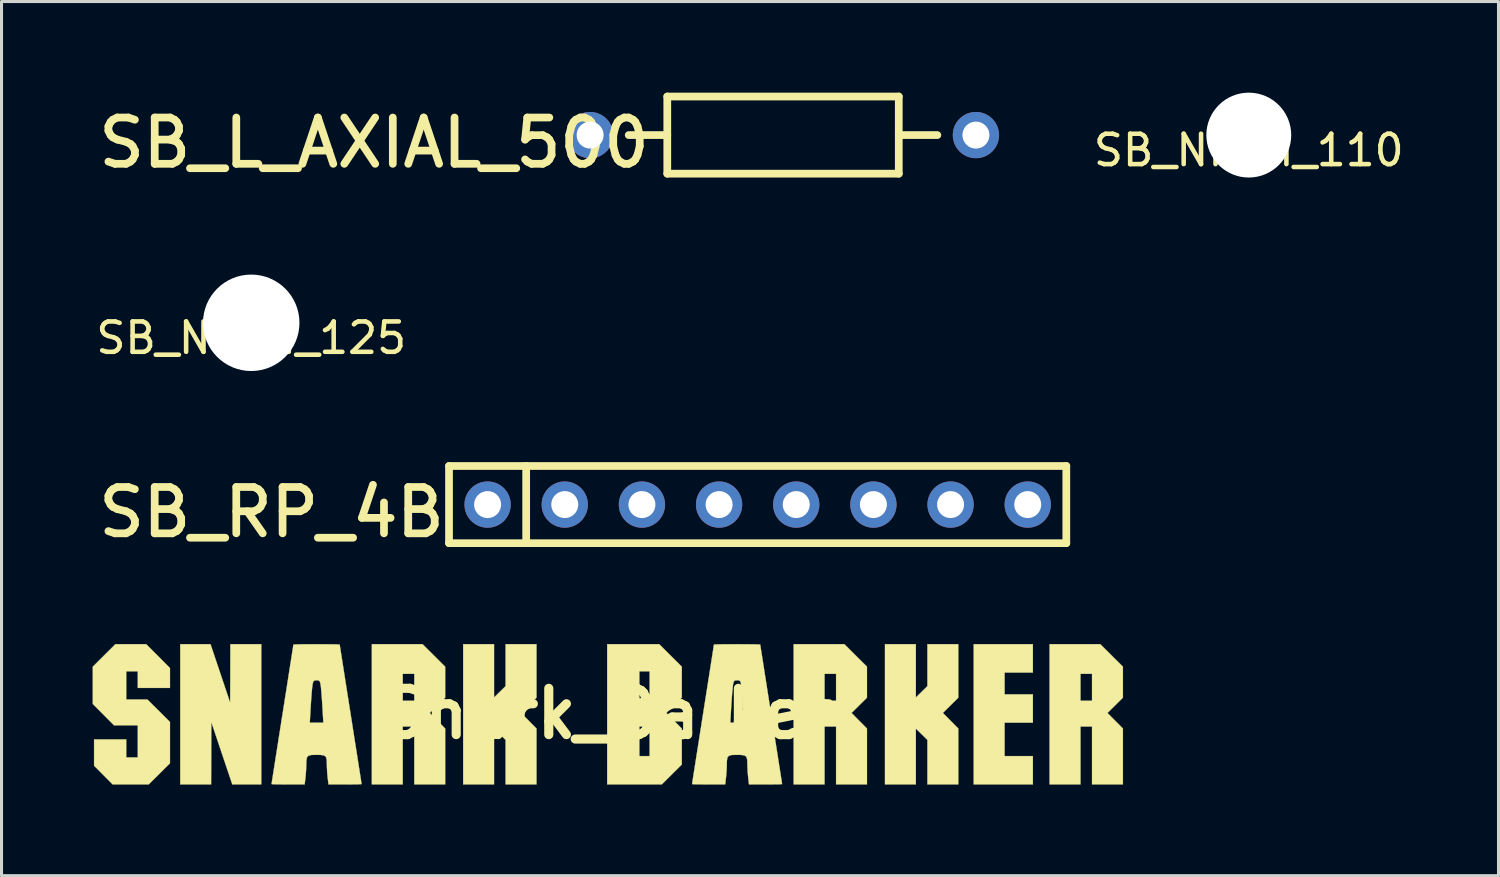
<source format=kicad_pcb>
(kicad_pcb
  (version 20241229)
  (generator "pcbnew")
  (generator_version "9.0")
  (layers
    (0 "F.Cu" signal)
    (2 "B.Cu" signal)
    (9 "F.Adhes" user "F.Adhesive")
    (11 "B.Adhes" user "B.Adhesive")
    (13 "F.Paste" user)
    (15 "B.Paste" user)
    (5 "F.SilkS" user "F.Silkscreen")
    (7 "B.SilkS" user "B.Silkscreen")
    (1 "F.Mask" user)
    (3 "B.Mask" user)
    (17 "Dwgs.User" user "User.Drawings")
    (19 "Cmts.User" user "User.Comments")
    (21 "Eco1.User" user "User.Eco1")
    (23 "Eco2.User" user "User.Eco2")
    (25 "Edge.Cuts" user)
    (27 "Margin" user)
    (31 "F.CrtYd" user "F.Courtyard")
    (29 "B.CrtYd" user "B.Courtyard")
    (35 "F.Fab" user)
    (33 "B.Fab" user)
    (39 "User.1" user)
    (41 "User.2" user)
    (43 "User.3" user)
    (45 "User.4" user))
  (footprint "SB_RP_4B"
    (layer "F.Cu")
    (at 13.001 13.56)
    (property "Reference" "SB_RP_4B" (at -7.112 0.254 0) (layer "F.SilkS") (effects (font (size 1.524 1.524) (thickness 0.254))))
    (attr through_hole)
    (fp_line (start -1.27 -1.27) (end -1.27 1.27) (stroke (width 0.254) (type solid)) (layer "F.SilkS"))
    (fp_line (start -1.27 1.27) (end 19.05 1.27) (stroke (width 0.254) (type solid)) (layer "F.SilkS"))
    (fp_line (start 1.27 -1.27) (end 1.27 1.27) (stroke (width 0.254) (type solid)) (layer "F.SilkS"))
    (fp_line (start 19.05 -1.27) (end -1.27 -1.27) (stroke (width 0.254) (type solid)) (layer "F.SilkS"))
    (fp_line (start 19.05 1.27) (end 19.05 -1.27) (stroke (width 0.254) (type solid)) (layer "F.SilkS"))
    (pad "1" thru_hole circle (at 0 0 270) (size 1.524 1.524) (drill 0.889) (layers "*.Cu" "*.Mask"))
    (pad "2" thru_hole circle (at 2.54 0 270) (size 1.524 1.524) (drill 0.889) (layers "*.Cu" "*.Mask"))
    (pad "3" thru_hole circle (at 5.08 0) (size 1.524 1.524) (drill 0.889) (layers "*.Cu" "*.Mask"))
    (pad "4" thru_hole circle (at 7.62 0) (size 1.524 1.524) (drill 0.889) (layers "*.Cu" "*.Mask"))
    (pad "5" thru_hole circle (at 10.16 0) (size 1.524 1.524) (drill 0.889) (layers "*.Cu" "*.Mask"))
    (pad "6" thru_hole circle (at 12.7 0) (size 1.524 1.524) (drill 0.889) (layers "*.Cu" "*.Mask"))
    (pad "7" thru_hole circle (at 15.24 0) (size 1.524 1.524) (drill 0.889) (layers "*.Cu" "*.Mask"))
    (pad "8" thru_hole circle (at 17.78 0) (size 1.524 1.524) (drill 0.889) (layers "*.Cu" "*.Mask")))
  (footprint "SB_L_AXIAL_500"
    (layer "F.Cu")
    (at 16.376 1.397)
    (property "Reference" "SB_L_AXIAL_500" (at -7.112 0.254 0) (layer "F.SilkS") (effects (font (size 1.524 1.524) (thickness 0.254))))
    (attr through_hole)
    (fp_line (start 2.54 -1.27) (end 10.16 -1.27) (stroke (width 0.254) (type solid)) (layer "F.SilkS"))
    (fp_line (start 2.54 0) (end 1.27 0) (stroke (width 0.254) (type solid)) (layer "F.SilkS"))
    (fp_line (start 2.54 1.27) (end 2.54 -1.27) (stroke (width 0.254) (type solid)) (layer "F.SilkS"))
    (fp_line (start 10.16 0) (end 11.43 0) (stroke (width 0.254) (type solid)) (layer "F.SilkS"))
    (fp_line (start 10.16 1.27) (end 2.54 1.27) (stroke (width 0.254) (type solid)) (layer "F.SilkS"))
    (fp_line (start 10.16 1.27) (end 10.16 -1.27) (stroke (width 0.254) (type solid)) (layer "F.SilkS"))
    (pad "1" thru_hole circle (at 0 0 270) (size 1.524 1.524) (drill 0.889) (layers "*.Cu" "*.Mask"))
    (pad "2" thru_hole circle (at 12.7 0 270) (size 1.524 1.524) (drill 0.889) (layers "*.Cu" "*.Mask")))
  (footprint "Snark_Barker"
    (layer "F.Cu")
    (at 16.938 20.443)
    (property "Reference" "Snark_Barker" (at 0 0 0) (layer "F.SilkS") (effects (font (size 1.524 1.524) (thickness 0.3))))
    (attr through_hole)
    (fp_poly (pts (xy 14.012 -1.355) (xy 13.081 -1.355) (xy 13.081 -0.635) (xy 14.012 -0.635) (xy 14.012 0.296) (xy 13.081 0.296) (xy 13.081 1.397) (xy 14.012 1.397) (xy 14.012 2.328) (xy 12.065 2.328) (xy 12.065 -2.286) (xy 14.012 -2.286) (xy 14.012 -1.355)) (stroke (width 0.01) (type solid)) (fill yes) (layer "F.SilkS"))
    (fp_poly (pts (xy -12.735 -1.323) (xy -12.411 -0.36) (xy -12.407 -1.323) (xy -12.404 -2.286) (xy -11.388 -2.286) (xy -11.388 2.328) (xy -12.341 2.328) (xy -13.032 0.275) (xy -13.035 1.302) (xy -13.039 2.328) (xy -14.055 2.328) (xy -14.055 -2.286) (xy -13.058 -2.286) (xy -12.735 -1.323)) (stroke (width 0.01) (type solid)) (fill yes) (layer "F.SilkS"))
    (fp_poly (pts (xy -3.725 -0.533) (xy -3.535 -0.72) (xy -3.344 -0.907) (xy -3.344 -2.286) (xy -2.328 -2.286) (xy -2.328 -0.527) (xy -2.582 -0.275) (xy -2.837 -0.024) (xy -2.328 0.489) (xy -2.328 2.328) (xy -3.344 2.328) (xy -3.344 0.864) (xy -3.535 0.677) (xy -3.725 0.49) (xy -3.725 2.328) (xy -4.741 2.328) (xy -4.741 -2.286) (xy -3.725 -2.286) (xy -3.725 -0.533)) (stroke (width 0.01) (type solid)) (fill yes) (layer "F.SilkS"))
    (fp_poly (pts (xy 10.16 -0.533) (xy 10.351 -0.72) (xy 10.541 -0.907) (xy 10.541 -2.286) (xy 11.557 -2.286) (xy 11.557 -0.527) (xy 11.303 -0.275) (xy 11.049 -0.024) (xy 11.557 0.489) (xy 11.557 2.328) (xy 10.541 2.328) (xy 10.541 0.864) (xy 10.351 0.677) (xy 10.16 0.49) (xy 10.16 2.328) (xy 9.144 2.328) (xy 9.144 -2.286) (xy 10.16 -2.286) (xy 10.16 -0.533)) (stroke (width 0.01) (type solid)) (fill yes) (layer "F.SilkS"))
    (fp_poly (pts (xy -5.334 -1.547) (xy -5.334 -0.527) (xy -5.588 -0.275) (xy -5.842 -0.024) (xy -5.334 0.489) (xy -5.334 2.328) (xy -6.35 2.328) (xy -6.35 0.423) (xy -6.731 0.423) (xy -6.731 2.328) (xy -7.747 2.328) (xy -7.747 -1.312) (xy -6.731 -1.312) (xy -6.731 -0.423) (xy -6.35 -0.423) (xy -6.35 -1.312) (xy -6.731 -1.312) (xy -7.747 -1.312) (xy -7.747 -2.286) (xy -6.077 -2.286) (xy -5.334 -1.547)) (stroke (width 0.01) (type solid)) (fill yes) (layer "F.SilkS"))
    (fp_poly (pts (xy 16.976 -1.547) (xy 16.976 -0.527) (xy 16.722 -0.275) (xy 16.467 -0.024) (xy 16.976 0.489) (xy 16.976 2.328) (xy 15.96 2.328) (xy 15.96 0.423) (xy 15.579 0.423) (xy 15.579 2.328) (xy 14.563 2.328) (xy 14.563 -1.312) (xy 15.579 -1.312) (xy 15.579 -0.423) (xy 15.96 -0.423) (xy 15.96 -1.312) (xy 15.579 -1.312) (xy 14.563 -1.312) (xy 14.563 -2.286) (xy 16.233 -2.286) (xy 16.976 -1.547)) (stroke (width 0.01) (type solid)) (fill yes) (layer "F.SilkS"))
    (fp_poly (pts (xy 8.18 -1.916) (xy 8.551 -1.547) (xy 8.551 -0.527) (xy 8.297 -0.275) (xy 8.043 -0.024) (xy 8.297 0.233) (xy 8.551 0.489) (xy 8.551 2.328) (xy 7.535 2.328) (xy 7.535 0.423) (xy 7.154 0.423) (xy 7.154 2.328) (xy 6.138 2.328) (xy 6.138 -1.312) (xy 7.154 -1.312) (xy 7.154 -0.423) (xy 7.535 -0.423) (xy 7.535 -1.312) (xy 7.154 -1.312) (xy 6.138 -1.312) (xy 6.138 -2.286) (xy 7.809 -2.286) (xy 8.18 -1.916)) (stroke (width 0.01) (type solid)) (fill yes) (layer "F.SilkS"))
    (fp_poly (pts (xy -14.784 -1.894) (xy -14.393 -1.501) (xy -14.393 -0.847) (xy -15.452 -0.847) (xy -15.452 -1.397) (xy -15.833 -1.397) (xy -15.833 -0.466) (xy -15.136 -0.466) (xy -14.393 0.273) (xy -14.393 1.632) (xy -14.743 1.98) (xy -15.094 2.328) (xy -16.279 2.328) (xy -16.585 2.02) (xy -16.891 1.713) (xy -16.891 0.847) (xy -15.833 0.847) (xy -15.833 1.439) (xy -15.452 1.439) (xy -15.452 0.381) (xy -16.237 0.381) (xy -16.585 0.031) (xy -16.933 -0.319) (xy -16.933 -1.547) (xy -16.191 -2.286) (xy -15.175 -2.286) (xy -14.784 -1.894)) (stroke (width 0.01) (type solid)) (fill yes) (layer "F.SilkS"))
    (fp_poly (pts (xy 2.084 -1.916) (xy 2.455 -1.547) (xy 2.455 -0.527) (xy 2.201 -0.275) (xy 1.947 -0.024) (xy 2.201 0.233) (xy 2.455 0.489) (xy 2.455 1.674) (xy 1.797 2.328) (xy 0 2.328) (xy 0 0.423) (xy 1.058 0.423) (xy 1.058 1.397) (xy 1.397 1.397) (xy 1.397 0.423) (xy 1.058 0.423) (xy 0 0.423) (xy 0 -1.397) (xy 1.058 -1.397) (xy 1.058 -0.508) (xy 1.397 -0.508) (xy 1.397 -1.397) (xy 1.058 -1.397) (xy 0 -1.397) (xy 0 -2.286) (xy 1.713 -2.286) (xy 2.084 -1.916)) (stroke (width 0.01) (type solid)) (fill yes) (layer "F.SilkS"))
    (fp_poly (pts (xy -9.324 -2.285) (xy -9.113 -2.283) (xy -8.947 -2.281) (xy -8.84 -2.277) (xy -8.805 -2.273) (xy -8.799 -2.23) (xy -8.781 -2.111) (xy -8.751 -1.924) (xy -8.712 -1.675) (xy -8.665 -1.374) (xy -8.611 -1.028) (xy -8.55 -0.643) (xy -8.485 -0.228) (xy -8.445 0.022) (xy -8.378 0.451) (xy -8.315 0.854) (xy -8.256 1.223) (xy -8.205 1.552) (xy -8.161 1.831) (xy -8.126 2.054) (xy -8.101 2.214) (xy -8.088 2.302) (xy -8.086 2.317) (xy -8.125 2.321) (xy -8.234 2.325) (xy -8.396 2.327) (xy -8.594 2.328) (xy -8.63 2.328) (xy -9.175 2.328) (xy -9.201 2.106) (xy -9.218 1.929) (xy -9.227 1.746) (xy -9.228 1.686) (xy -9.233 1.522) (xy -9.259 1.423) (xy -9.322 1.374) (xy -9.44 1.357) (xy -9.567 1.355) (xy -9.735 1.359) (xy -9.836 1.384) (xy -9.887 1.446) (xy -9.904 1.562) (xy -9.906 1.686) (xy -9.912 1.853) (xy -9.926 2.04) (xy -9.933 2.106) (xy -9.96 2.328) (xy -10.505 2.328) (xy -10.708 2.327) (xy -10.877 2.325) (xy -10.996 2.322) (xy -11.048 2.317) (xy -11.049 2.317) (xy -11.043 2.274) (xy -11.024 2.155) (xy -10.995 1.968) (xy -10.956 1.72) (xy -10.909 1.419) (xy -10.854 1.072) (xy -10.794 0.688) (xy -10.732 0.296) (xy -9.791 0.296) (xy -9.344 0.296) (xy -9.373 -0.201) (xy -9.387 -0.421) (xy -9.402 -0.631) (xy -9.417 -0.805) (xy -9.426 -0.9) (xy -9.446 -1.021) (xy -9.475 -1.081) (xy -9.529 -1.099) (xy -9.567 -1.101) (xy -9.639 -1.093) (xy -9.677 -1.055) (xy -9.699 -0.965) (xy -9.708 -0.9) (xy -9.721 -0.774) (xy -9.736 -0.592) (xy -9.751 -0.377) (xy -9.762 -0.201) (xy -9.791 0.296) (xy -10.732 0.296) (xy -10.729 0.273) (xy -10.689 0.022) (xy -10.622 -0.406) (xy -10.558 -0.809) (xy -10.5 -1.179) (xy -10.449 -1.507) (xy -10.405 -1.787) (xy -10.37 -2.01) (xy -10.345 -2.17) (xy -10.332 -2.258) (xy -10.329 -2.273) (xy -10.289 -2.277) (xy -10.178 -2.281) (xy -10.008 -2.284) (xy -9.794 -2.285) (xy -9.567 -2.286) (xy -9.324 -2.285)) (stroke (width 0.01) (type solid)) (fill yes) (layer "F.SilkS"))
    (fp_poly (pts (xy 4.519 -2.285) (xy 4.73 -2.283) (xy 4.896 -2.281) (xy 5.003 -2.277) (xy 5.038 -2.273) (xy 5.044 -2.23) (xy 5.062 -2.111) (xy 5.092 -1.924) (xy 5.131 -1.675) (xy 5.178 -1.374) (xy 5.232 -1.028) (xy 5.293 -0.643) (xy 5.358 -0.228) (xy 5.397 0.022) (xy 5.465 0.451) (xy 5.528 0.854) (xy 5.587 1.223) (xy 5.638 1.552) (xy 5.682 1.831) (xy 5.717 2.054) (xy 5.742 2.214) (xy 5.755 2.302) (xy 5.757 2.317) (xy 5.718 2.321) (xy 5.609 2.325) (xy 5.447 2.327) (xy 5.249 2.328) (xy 5.213 2.328) (xy 4.668 2.328) (xy 4.642 2.106) (xy 4.625 1.929) (xy 4.616 1.746) (xy 4.615 1.686) (xy 4.61 1.522) (xy 4.584 1.423) (xy 4.521 1.374) (xy 4.403 1.357) (xy 4.276 1.355) (xy 4.108 1.359) (xy 4.007 1.384) (xy 3.956 1.446) (xy 3.939 1.562) (xy 3.937 1.686) (xy 3.931 1.853) (xy 3.917 2.04) (xy 3.91 2.106) (xy 3.883 2.328) (xy 3.338 2.328) (xy 3.135 2.327) (xy 2.966 2.325) (xy 2.847 2.322) (xy 2.795 2.317) (xy 2.794 2.317) (xy 2.8 2.274) (xy 2.819 2.155) (xy 2.848 1.968) (xy 2.887 1.72) (xy 2.934 1.419) (xy 2.989 1.072) (xy 3.049 0.688) (xy 3.111 0.296) (xy 4.052 0.296) (xy 4.499 0.296) (xy 4.47 -0.201) (xy 4.456 -0.421) (xy 4.441 -0.631) (xy 4.426 -0.805) (xy 4.417 -0.9) (xy 4.397 -1.021) (xy 4.368 -1.081) (xy 4.314 -1.099) (xy 4.276 -1.101) (xy 4.204 -1.093) (xy 4.166 -1.055) (xy 4.144 -0.965) (xy 4.135 -0.9) (xy 4.122 -0.774) (xy 4.107 -0.592) (xy 4.092 -0.377) (xy 4.081 -0.201) (xy 4.052 0.296) (xy 3.111 0.296) (xy 3.114 0.273) (xy 3.154 0.022) (xy 3.221 -0.406) (xy 3.285 -0.809) (xy 3.343 -1.179) (xy 3.394 -1.507) (xy 3.438 -1.787) (xy 3.473 -2.01) (xy 3.498 -2.17) (xy 3.511 -2.258) (xy 3.514 -2.273) (xy 3.554 -2.277) (xy 3.665 -2.281) (xy 3.835 -2.284) (xy 4.049 -2.285) (xy 4.276 -2.286) (xy 4.519 -2.285)) (stroke (width 0.01) (type solid)) (fill yes) (layer "F.SilkS")))
  (footprint "SB_NPTH_125"
    (layer "F.Cu")
    (at 5.22 7.576)
    (property "Reference" "SB_NPTH_125" (at 0 0.5 0) (layer "F.SilkS") (effects (font (size 1 1) (thickness 0.15))))
    (attr through_hole)
    (pad "" np_thru_hole circle (at 0 0) (size 3.175 3.175) (drill 3.175) (layers "*.Cu" "*.Mask")))
  (footprint "SB_NPTH_110"
    (layer "F.Cu")
    (at 38.058 1.397)
    (property "Reference" "SB_NPTH_110" (at 0 0.5 0) (layer "F.SilkS") (effects (font (size 1 1) (thickness 0.15))))
    (attr through_hole)
    (pad "" np_thru_hole circle (at 0 0) (size 2.794 2.794) (drill 2.794) (layers "*.Cu" "*.Mask")))
  (gr_rect
    (start -3 -3)
    (end 46.278 25.776)
    (stroke (width 0.1) (type default))
    (fill no)
    (layer "Edge.Cuts")))
</source>
